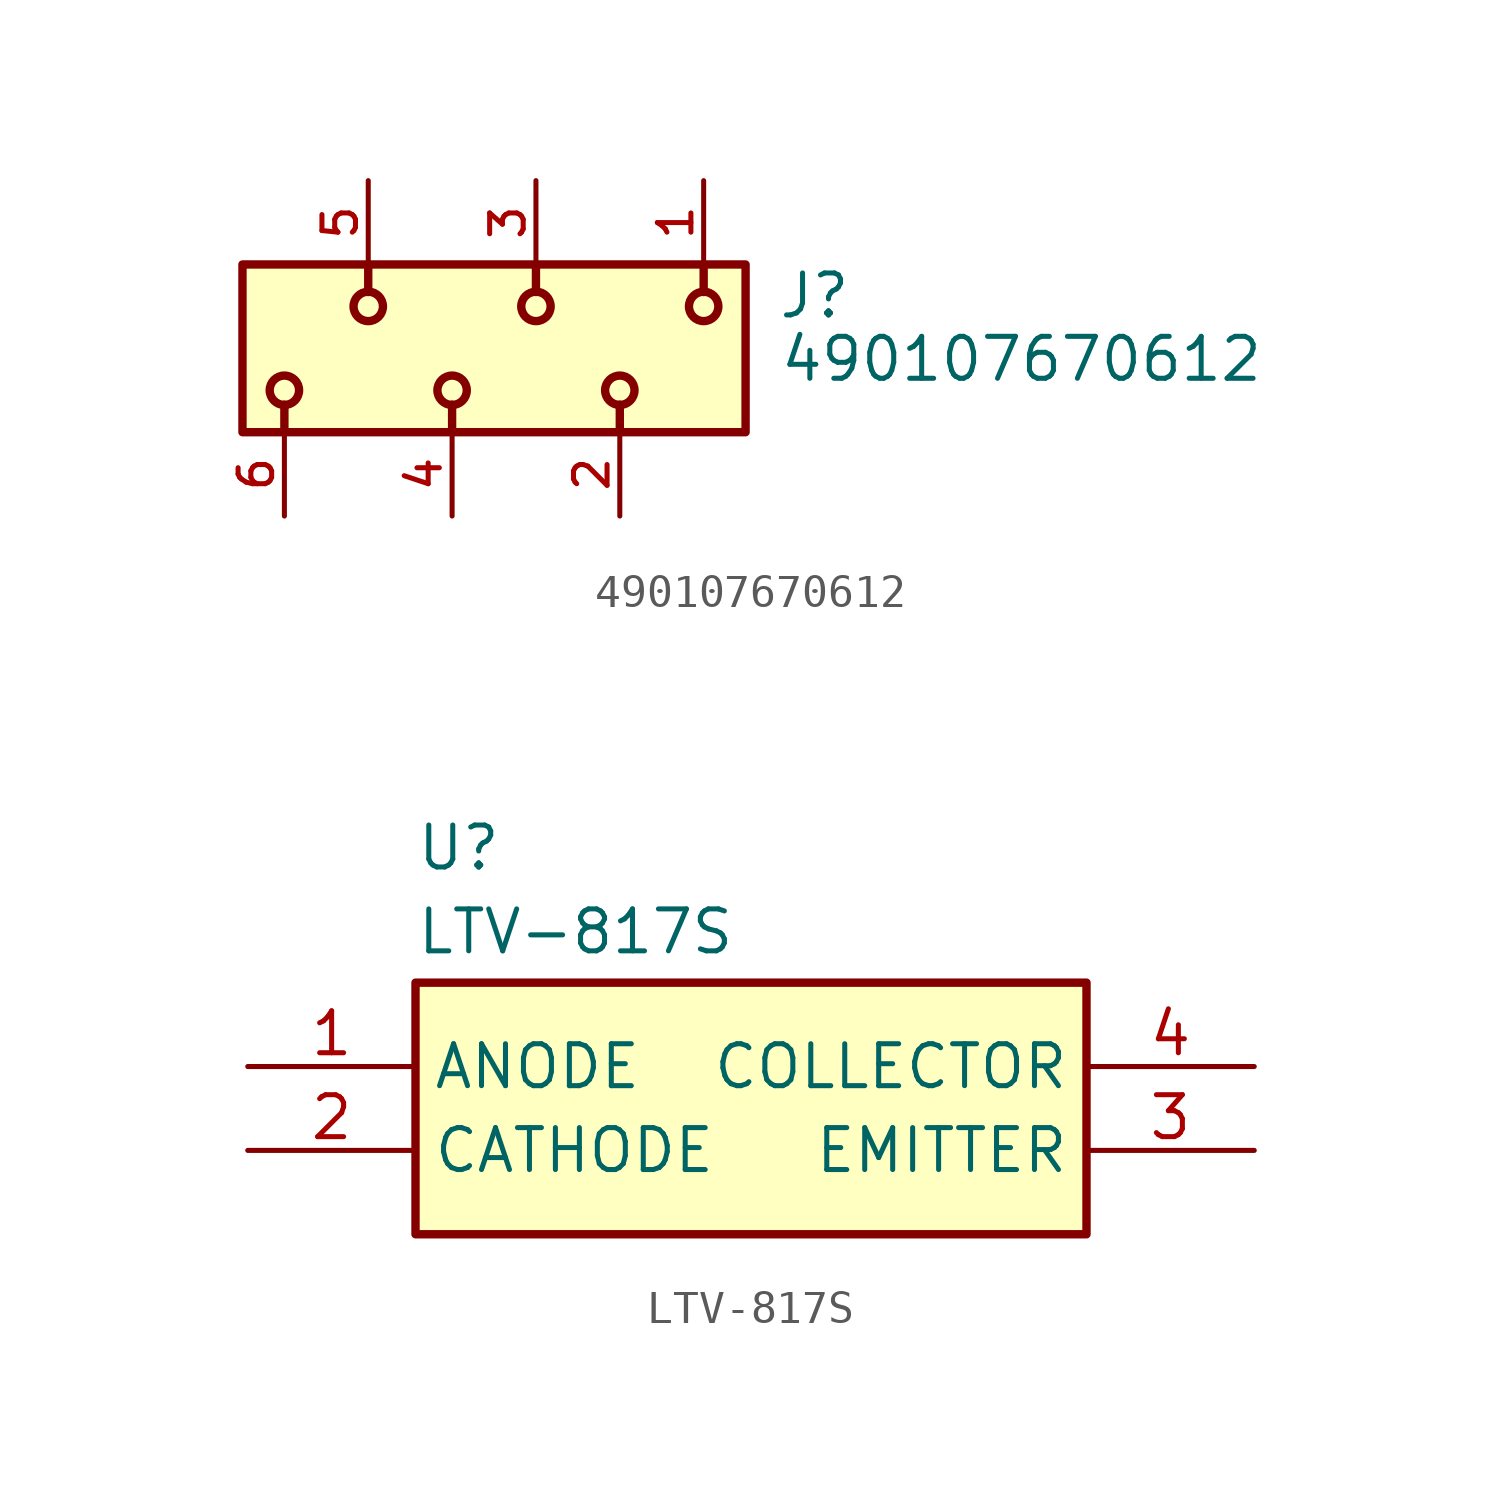
<source format=kicad_sym>
(kicad_symbol_lib
  (version 20241209)
  (generator "kicad_symbol_editor")
  (generator_version "9.0")
  (symbol "490107670612"
    (pin_names
      (offset 1.016))
    (property "Reference" "J"
      (at 7.31 0.85 0)
      (effects (font (size 1.27 1.27)) (justify left bottom)))
    (property "Value" "490107670612"
      (at 7.35 -1.07 0)
      (effects (font (size 1.27 1.27)) (justify left bottom)))
    (symbol "490107670612_0_0"
      (rectangle (start -8.89 -2.54) (end 6.35 2.54) (stroke (width 0.254) (type default)) (fill (type background)))
      (circle (center -7.62 -1.27) (radius 0.445) (stroke (width 0.254) (type default)) (fill (type none)))
      (polyline (pts (xy -7.62 -1.705) (xy -7.62 -2.54)) (stroke (width 0.254) (type default)) (fill (type none)))
      (polyline (pts (xy -5.08 1.705) (xy -5.08 2.54)) (stroke (width 0.254) (type default)) (fill (type none)))
      (circle (center -5.08 1.27) (radius 0.445) (stroke (width 0.254) (type default)) (fill (type none)))
      (circle (center -2.54 -1.27) (radius 0.445) (stroke (width 0.254) (type default)) (fill (type none)))
      (polyline (pts (xy -2.54 -1.705) (xy -2.54 -2.54)) (stroke (width 0.254) (type default)) (fill (type none)))
      (polyline (pts (xy 0 1.705) (xy 0 2.54)) (stroke (width 0.254) (type default)) (fill (type none)))
      (circle (center 0 1.27) (radius 0.445) (stroke (width 0.254) (type default)) (fill (type none)))
      (circle (center 2.54 -1.27) (radius 0.445) (stroke (width 0.254) (type default)) (fill (type none)))
      (polyline (pts (xy 2.54 -1.705) (xy 2.54 -2.54)) (stroke (width 0.254) (type default)) (fill (type none)))
      (polyline (pts (xy 5.08 1.705) (xy 5.08 2.54)) (stroke (width 0.254) (type default)) (fill (type none)))
      (circle (center 5.08 1.27) (radius 0.445) (stroke (width 0.254) (type default)) (fill (type none)))
      (pin passive line (at -7.62 -5.08 90) (length 2.54) (name "~" (effects (font (size 1.016 1.016)))) (number "6" (effects (font (size 1.016 1.016)))))
      (pin passive line (at -5.08 5.08 270) (length 2.54) (name "~" (effects (font (size 1.016 1.016)))) (number "5" (effects (font (size 1.016 1.016)))))
      (pin passive line (at -2.54 -5.08 90) (length 2.54) (name "~" (effects (font (size 1.016 1.016)))) (number "4" (effects (font (size 1.016 1.016)))))
      (pin passive line (at 0 5.08 270) (length 2.54) (name "~" (effects (font (size 1.016 1.016)))) (number "3" (effects (font (size 1.016 1.016)))))
      (pin passive line (at 2.54 -5.08 90) (length 2.54) (name "~" (effects (font (size 1.016 1.016)))) (number "2" (effects (font (size 1.016 1.016)))))
      (pin passive line (at 5.08 5.08 270) (length 2.54) (name "~" (effects (font (size 1.016 1.016)))) (number "1" (effects (font (size 1.016 1.016)))))))
  (symbol "LTV-817S"
    (property "Reference" "U"
      (at 5.08 7.366 0)
      (effects (font (size 1.27 1.27)) (justify left top)))
    (property "Value" "LTV-817S"
      (at 5.08 4.826 0)
      (effects (font (size 1.27 1.27)) (justify left top)))
    (symbol "LTV-817S_1_1"
      (rectangle (start 5.08 2.54) (end 25.4 -5.08) (stroke (width 0.254) (type default)) (fill (type background)))
      (pin passive line (at 0 0 0) (length 5.08) (name "ANODE" (effects (font (size 1.27 1.27)))) (number "1" (effects (font (size 1.27 1.27)))))
      (pin passive line (at 0 -2.54 0) (length 5.08) (name "CATHODE" (effects (font (size 1.27 1.27)))) (number "2" (effects (font (size 1.27 1.27)))))
      (pin passive line (at 30.48 0 180) (length 5.08) (name "COLLECTOR" (effects (font (size 1.27 1.27)))) (number "4" (effects (font (size 1.27 1.27)))))
      (pin passive line (at 30.48 -2.54 180) (length 5.08) (name "EMITTER" (effects (font (size 1.27 1.27)))) (number "3" (effects (font (size 1.27 1.27))))))))
</source>
